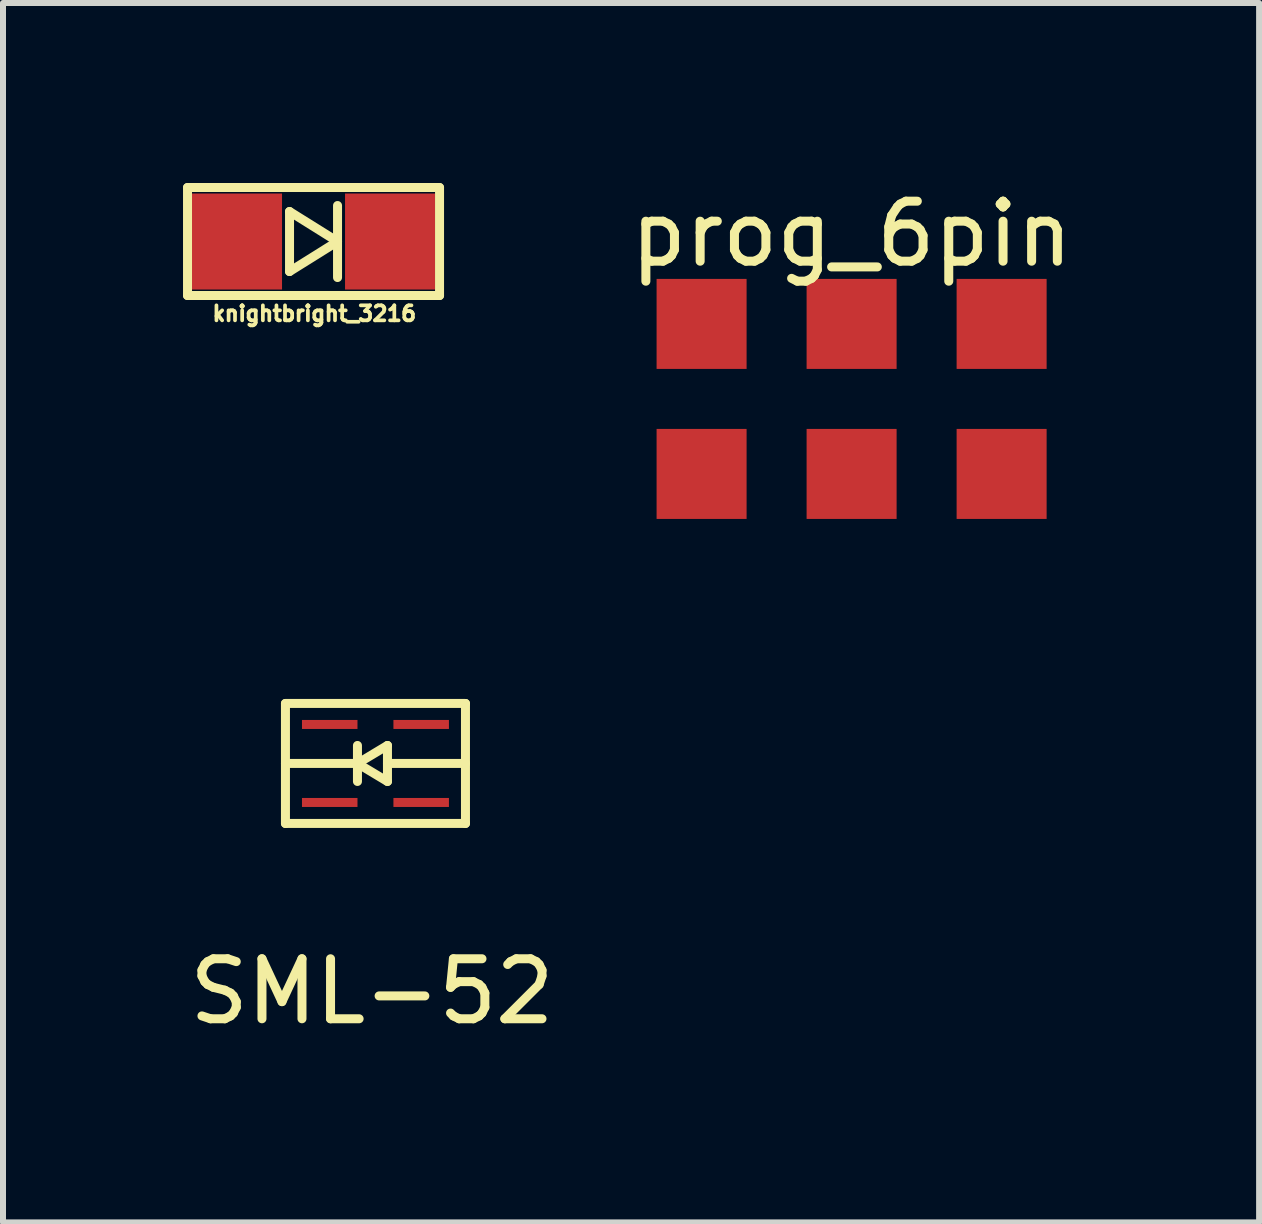
<source format=kicad_pcb>
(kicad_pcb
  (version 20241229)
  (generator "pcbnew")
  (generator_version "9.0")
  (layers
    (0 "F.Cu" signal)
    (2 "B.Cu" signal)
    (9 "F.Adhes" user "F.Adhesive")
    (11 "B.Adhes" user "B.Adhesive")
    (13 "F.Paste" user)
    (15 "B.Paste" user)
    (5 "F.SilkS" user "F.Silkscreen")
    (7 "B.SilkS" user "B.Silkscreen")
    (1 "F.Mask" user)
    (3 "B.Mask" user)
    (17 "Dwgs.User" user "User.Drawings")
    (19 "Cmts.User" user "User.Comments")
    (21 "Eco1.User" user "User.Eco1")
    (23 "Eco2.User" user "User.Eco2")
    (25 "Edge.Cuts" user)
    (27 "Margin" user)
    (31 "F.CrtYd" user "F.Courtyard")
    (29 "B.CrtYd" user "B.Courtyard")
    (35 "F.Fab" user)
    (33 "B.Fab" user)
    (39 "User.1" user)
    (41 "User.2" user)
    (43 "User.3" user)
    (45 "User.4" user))
  (footprint "SML-52"
    (layer "F.Cu")
    (at 3.207 9.673)
    (property "Reference" "SML-52" (at -0.058 3.8 0) (layer "F.SilkS") (effects (font (size 1 1) (thickness 0.15))))
    (attr through_hole)
    (fp_line (start -1.5 -1) (end -1.5 1) (stroke (width 0.15) (type solid)) (layer "F.SilkS"))
    (fp_line (start -1.5 0) (end -0.3 0) (stroke (width 0.15) (type solid)) (layer "F.SilkS"))
    (fp_line (start -1.5 1) (end 1.5 1) (stroke (width 0.15) (type solid)) (layer "F.SilkS"))
    (fp_line (start -0.3 -0.3) (end -0.3 0.3) (stroke (width 0.15) (type solid)) (layer "F.SilkS"))
    (fp_line (start -0.3 0) (end 0.2 -0.3) (stroke (width 0.15) (type solid)) (layer "F.SilkS"))
    (fp_line (start 0.2 -0.3) (end 0.2 0.3) (stroke (width 0.15) (type solid)) (layer "F.SilkS"))
    (fp_line (start 0.2 0) (end 1.5 0) (stroke (width 0.15) (type solid)) (layer "F.SilkS"))
    (fp_line (start 0.2 0.3) (end -0.3 0) (stroke (width 0.15) (type solid)) (layer "F.SilkS"))
    (fp_line (start 1.5 -1) (end -1.5 -1) (stroke (width 0.15) (type solid)) (layer "F.SilkS"))
    (fp_line (start 1.5 1) (end 1.5 -1) (stroke (width 0.15) (type solid)) (layer "F.SilkS"))
    (pad "1" smd rect (at 0.762 -0.65) (size 0.925 0.15) (layers "F.Cu" "F.Mask" "F.Paste"))
    (pad "2" smd rect (at 0.762 0.65) (size 0.925 0.15) (layers "F.Cu" "F.Mask" "F.Paste"))
    (pad "3" smd rect (at -0.762 0.65) (size 0.925 0.15) (layers "F.Cu" "F.Mask" "F.Paste"))
    (pad "4" smd rect (at -0.762 -0.65) (size 0.925 0.15) (layers "F.Cu" "F.Mask" "F.Paste")))
  (footprint "prog_6pin"
    (layer "F.Cu")
    (at 11.142 4.848)
    (property "Reference" "prog_6pin" (at 0 -4 0) (layer "F.SilkS") (effects (font (size 1 1) (thickness 0.15))))
    (attr through_hole)
    (pad "1" smd rect (at -2.5 0) (size 1.5 1.5) (layers "F.Cu" "F.Mask" "F.Paste"))
    (pad "2" smd rect (at -2.5 -2.5) (size 1.5 1.5) (layers "F.Cu" "F.Mask" "F.Paste"))
    (pad "3" smd rect (at 0 0) (size 1.5 1.5) (layers "F.Cu" "F.Mask" "F.Paste"))
    (pad "4" smd rect (at 0 -2.5) (size 1.5 1.5) (layers "F.Cu" "F.Mask" "F.Paste"))
    (pad "5" smd rect (at 2.5 0) (size 1.5 1.5) (layers "F.Cu" "F.Mask" "F.Paste"))
    (pad "6" smd rect (at 2.5 -2.5) (size 1.5 1.5) (layers "F.Cu" "F.Mask" "F.Paste")))
  (footprint "knightbright_3216"
    (layer "F.Cu")
    (at 2.175 0.975)
    (property "Reference" "knightbright_3216" (at 0.013 1.201 0) (layer "F.SilkS") (effects (font (size 0.25 0.25) (thickness 0.062))))
    (attr through_hole)
    (fp_line (start -2.1 -0.9) (end 2.1 -0.9) (stroke (width 0.15) (type solid)) (layer "F.SilkS"))
    (fp_line (start -2.1 0.9) (end -2.1 -0.9) (stroke (width 0.15) (type solid)) (layer "F.SilkS"))
    (fp_line (start -0.4 -0.5) (end -0.4 0.5) (stroke (width 0.15) (type solid)) (layer "F.SilkS"))
    (fp_line (start -0.4 0.5) (end 0.4 0) (stroke (width 0.15) (type solid)) (layer "F.SilkS"))
    (fp_line (start 0.4 -0.6) (end 0.4 0.6) (stroke (width 0.15) (type solid)) (layer "F.SilkS"))
    (fp_line (start 0.4 0) (end -0.4 -0.5) (stroke (width 0.15) (type solid)) (layer "F.SilkS"))
    (fp_line (start 2.1 -0.9) (end 2.1 0.9) (stroke (width 0.15) (type solid)) (layer "F.SilkS"))
    (fp_line (start 2.1 0.9) (end -2.1 0.9) (stroke (width 0.15) (type solid)) (layer "F.SilkS"))
    (pad "1" smd rect (at 1.275 0) (size 1.5 1.6) (layers "F.Cu" "F.Mask" "F.Paste"))
    (pad "2" smd rect (at -1.275 0) (size 1.5 1.6) (layers "F.Cu" "F.Mask" "F.Paste")))
  (gr_rect
    (start -3 -3)
    (end 17.933 17.321)
    (stroke (width 0.1) (type default))
    (fill no)
    (layer "Edge.Cuts")))
</source>
